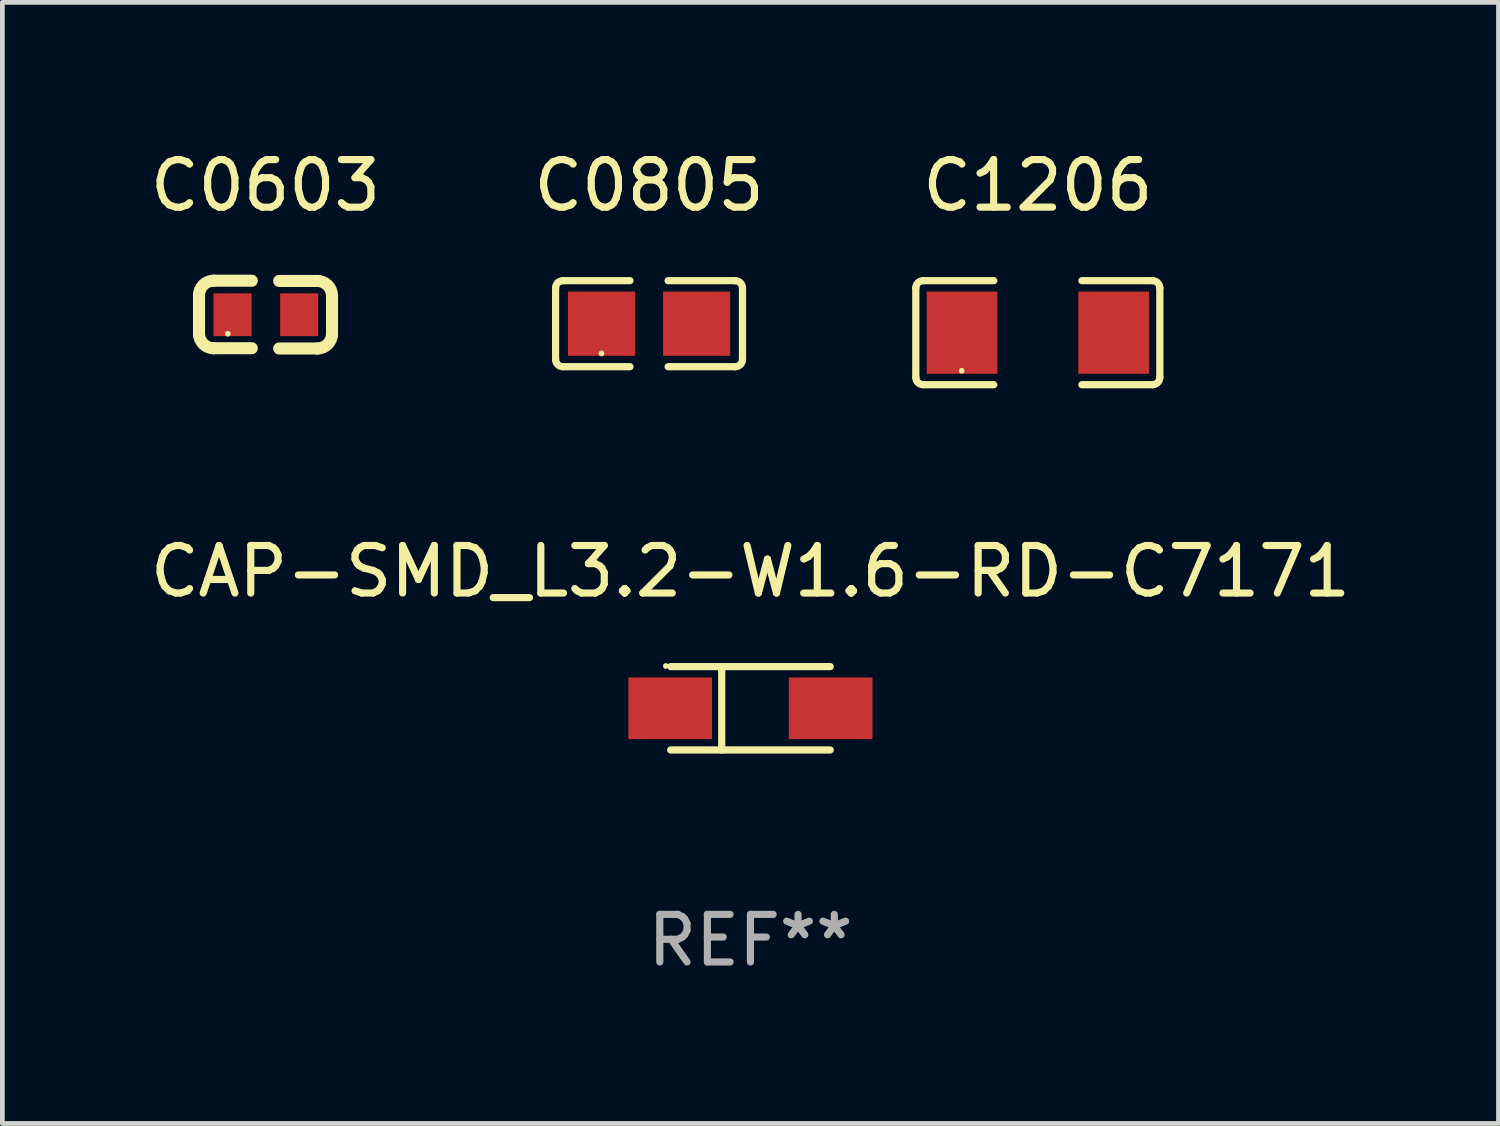
<source format=kicad_pcb>
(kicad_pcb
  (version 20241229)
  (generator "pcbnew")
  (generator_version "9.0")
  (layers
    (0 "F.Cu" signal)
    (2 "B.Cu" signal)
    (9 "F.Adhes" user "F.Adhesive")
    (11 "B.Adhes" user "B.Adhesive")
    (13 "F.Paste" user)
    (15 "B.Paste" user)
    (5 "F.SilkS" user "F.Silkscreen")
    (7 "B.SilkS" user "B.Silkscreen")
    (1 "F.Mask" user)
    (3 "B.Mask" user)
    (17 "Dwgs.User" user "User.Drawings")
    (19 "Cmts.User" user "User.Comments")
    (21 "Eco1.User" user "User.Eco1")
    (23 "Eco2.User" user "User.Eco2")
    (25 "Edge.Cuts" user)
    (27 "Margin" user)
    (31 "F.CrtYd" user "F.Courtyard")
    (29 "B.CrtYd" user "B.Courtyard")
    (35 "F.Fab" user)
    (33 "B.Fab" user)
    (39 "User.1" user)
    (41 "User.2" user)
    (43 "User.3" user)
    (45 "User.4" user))
  (footprint "C0603"
    (layer "F.Cu")
    (at 2.537 3.564)
    (property "Reference" "C0603" (at -0.008 -2.715 0) (layer "F.SilkS") (effects (font (size 1 1) (thickness 0.15))))
    (attr smd)
    (fp_line (start -1.405 -0.406) (end -1.405 0.394) (stroke (width 0.254) (type solid)) (layer "F.SilkS"))
    (fp_line (start -0.296 -0.715) (end -1.096 -0.715) (stroke (width 0.254) (type solid)) (layer "F.SilkS"))
    (fp_line (start -0.296 0.704) (end -1.096 0.704) (stroke (width 0.254) (type solid)) (layer "F.SilkS"))
    (fp_line (start 0.28 -0.71) (end 1.08 -0.71) (stroke (width 0.254) (type solid)) (layer "F.SilkS"))
    (fp_line (start 0.28 0.71) (end 1.08 0.71) (stroke (width 0.254) (type solid)) (layer "F.SilkS"))
    (fp_line (start 1.39 -0.4) (end 1.39 0.4) (stroke (width 0.254) (type solid)) (layer "F.SilkS"))
    (fp_arc (start -1.405512 -0.405613) (mid -1.314765 -0.624696) (end -1.095682 -0.715443) (stroke (width 0.254) (type solid)) (layer "F.SilkS"))
    (fp_arc (start -1.095682 0.704216) (mid -1.314773 0.61346) (end -1.405511 0.394362) (stroke (width 0.254) (type solid)) (layer "F.SilkS"))
    (fp_arc (start 1.080188 -0.709627) (mid 1.29928 -0.618871) (end 1.390018 -0.399772) (stroke (width 0.254) (type solid)) (layer "F.SilkS"))
    (fp_arc (start 1.390018 0.400203) (mid 1.299271 0.619286) (end 1.080188 0.710033) (stroke (width 0.254) (type solid)) (layer "F.SilkS"))
    (fp_circle (center -0.8 0.4) (end -0.77 0.4) (stroke (width 0.06) (type solid)) (fill no) (layer "F.SilkS"))
    (pad "1" smd rect (at -0.7 0) (size 0.8 0.9) (layers "F.Cu" "F.Mask" "F.Paste"))
    (pad "2" smd rect (at 0.7 0) (size 0.8 0.9) (layers "F.Cu" "F.Mask" "F.Paste")))
  (footprint "C0805"
    (layer "F.Cu")
    (at 10.589 3.752)
    (property "Reference" "C0805" (at 0 -2.904 0) (layer "F.SilkS") (effects (font (size 1 1) (thickness 0.15))))
    (attr smd)
    (fp_line (start -1.964 0.751) (end -1.964 -0.751) (stroke (width 0.152) (type solid)) (layer "F.SilkS"))
    (fp_line (start -1.811 -0.904) (end -0.401 -0.904) (stroke (width 0.152) (type solid)) (layer "F.SilkS"))
    (fp_line (start -0.401 0.904) (end -1.811 0.904) (stroke (width 0.152) (type solid)) (layer "F.SilkS"))
    (fp_line (start 0.401 0.904) (end 1.811 0.904) (stroke (width 0.152) (type solid)) (layer "F.SilkS"))
    (fp_line (start 1.811 -0.904) (end 0.401 -0.904) (stroke (width 0.152) (type solid)) (layer "F.SilkS"))
    (fp_line (start 1.964 0.751) (end 1.964 -0.751) (stroke (width 0.152) (type solid)) (layer "F.SilkS"))
    (fp_arc (start -1.963602 -0.751207) (mid -1.918965 -0.858971) (end -1.811201 -0.903608) (stroke (width 0.1524) (type solid)) (layer "F.SilkS"))
    (fp_arc (start -1.811201 0.903607) (mid -1.918964 0.85897) (end -1.963601 0.751207) (stroke (width 0.1524) (type solid)) (layer "F.SilkS"))
    (fp_arc (start 1.811201 -0.903607) (mid 1.918964 -0.85897) (end 1.963601 -0.751207) (stroke (width 0.1524) (type solid)) (layer "F.SilkS"))
    (fp_arc (start 1.963602 0.751207) (mid 1.918965 0.858971) (end 1.811201 0.903608) (stroke (width 0.1524) (type solid)) (layer "F.SilkS"))
    (fp_circle (center -1 0.625) (end -0.97 0.625) (stroke (width 0.06) (type solid)) (fill no) (layer "F.SilkS"))
    (pad "1" smd rect (at -1 0) (size 1.41 1.35) (layers "F.Cu" "F.Mask" "F.Paste"))
    (pad "2" smd rect (at 1 0) (size 1.41 1.35) (layers "F.Cu" "F.Mask" "F.Paste")))
  (footprint "CAP-SMD_L3.2-W1.6-RD-C7171"
    (layer "F.Cu")
    (at 12.72 11.834)
    (property "Reference" "CAP-SMD_L3.2-W1.6-RD-C7171" (at 0 -2.876 0) (layer "F.SilkS") (effects (font (size 1 1) (thickness 0.15))))
    (attr smd)
    (fp_line (start -0.604 0.876) (end -0.604 -0.876) (stroke (width 0.152) (type solid)) (layer "F.SilkS"))
    (fp_line (start 1.676 -0.876) (end -1.676 -0.876) (stroke (width 0.152) (type solid)) (layer "F.SilkS"))
    (fp_line (start 1.676 0.876) (end -1.676 0.876) (stroke (width 0.152) (type solid)) (layer "F.SilkS"))
    (fp_circle (center -1.778 -0.889) (end -1.748 -0.889) (stroke (width 0.06) (type solid)) (fill no) (layer "F.SilkS"))
    (fp_text user "REF**" (at 0 4.876 0) (layer "F.Fab") (effects (font (size 1 1) (thickness 0.15))))
    (pad "1" smd rect (at -1.686 0 180) (size 1.758 1.296) (layers "F.Cu" "F.Mask" "F.Paste"))
    (pad "2" smd rect (at 1.686 0 180) (size 1.758 1.296) (layers "F.Cu" "F.Mask" "F.Paste")))
  (footprint "C1206"
    (layer "F.Cu")
    (at 18.759 3.941)
    (property "Reference" "C1206" (at 0 -3.093 0) (layer "F.SilkS") (effects (font (size 1 1) (thickness 0.15))))
    (attr smd)
    (fp_line (start -2.564 0.94) (end -2.564 -0.94) (stroke (width 0.152) (type solid)) (layer "F.SilkS"))
    (fp_line (start -2.411 -1.093) (end -0.926 -1.093) (stroke (width 0.152) (type solid)) (layer "F.SilkS"))
    (fp_line (start -0.926 1.093) (end -2.411 1.093) (stroke (width 0.152) (type solid)) (layer "F.SilkS"))
    (fp_line (start 0.926 1.093) (end 2.411 1.093) (stroke (width 0.152) (type solid)) (layer "F.SilkS"))
    (fp_line (start 2.411 -1.093) (end 0.926 -1.093) (stroke (width 0.152) (type solid)) (layer "F.SilkS"))
    (fp_line (start 2.564 0.94) (end 2.564 -0.94) (stroke (width 0.152) (type solid)) (layer "F.SilkS"))
    (fp_arc (start -2.563602 -0.940208) (mid -2.518965 -1.047972) (end -2.411201 -1.092609) (stroke (width 0.1524) (type solid)) (layer "F.SilkS"))
    (fp_arc (start -2.411201 1.092609) (mid -2.518965 1.047972) (end -2.563602 0.940208) (stroke (width 0.1524) (type solid)) (layer "F.SilkS"))
    (fp_arc (start 2.411201 -1.092609) (mid 2.518965 -1.047972) (end 2.563602 -0.940208) (stroke (width 0.1524) (type solid)) (layer "F.SilkS"))
    (fp_arc (start 2.563602 0.940208) (mid 2.518965 1.047972) (end 2.411201 1.092609) (stroke (width 0.1524) (type solid)) (layer "F.SilkS"))
    (fp_circle (center -1.6 0.8) (end -1.57 0.8) (stroke (width 0.06) (type solid)) (fill no) (layer "F.SilkS"))
    (pad "1" smd rect (at -1.593 0) (size 1.485 1.728) (layers "F.Cu" "F.Mask" "F.Paste"))
    (pad "2" smd rect (at 1.593 0) (size 1.485 1.728) (layers "F.Cu" "F.Mask" "F.Paste")))
  (gr_rect
    (start -3 -3)
    (end 28.44 20.559)
    (stroke (width 0.1) (type default))
    (fill no)
    (layer "Edge.Cuts")))
</source>
